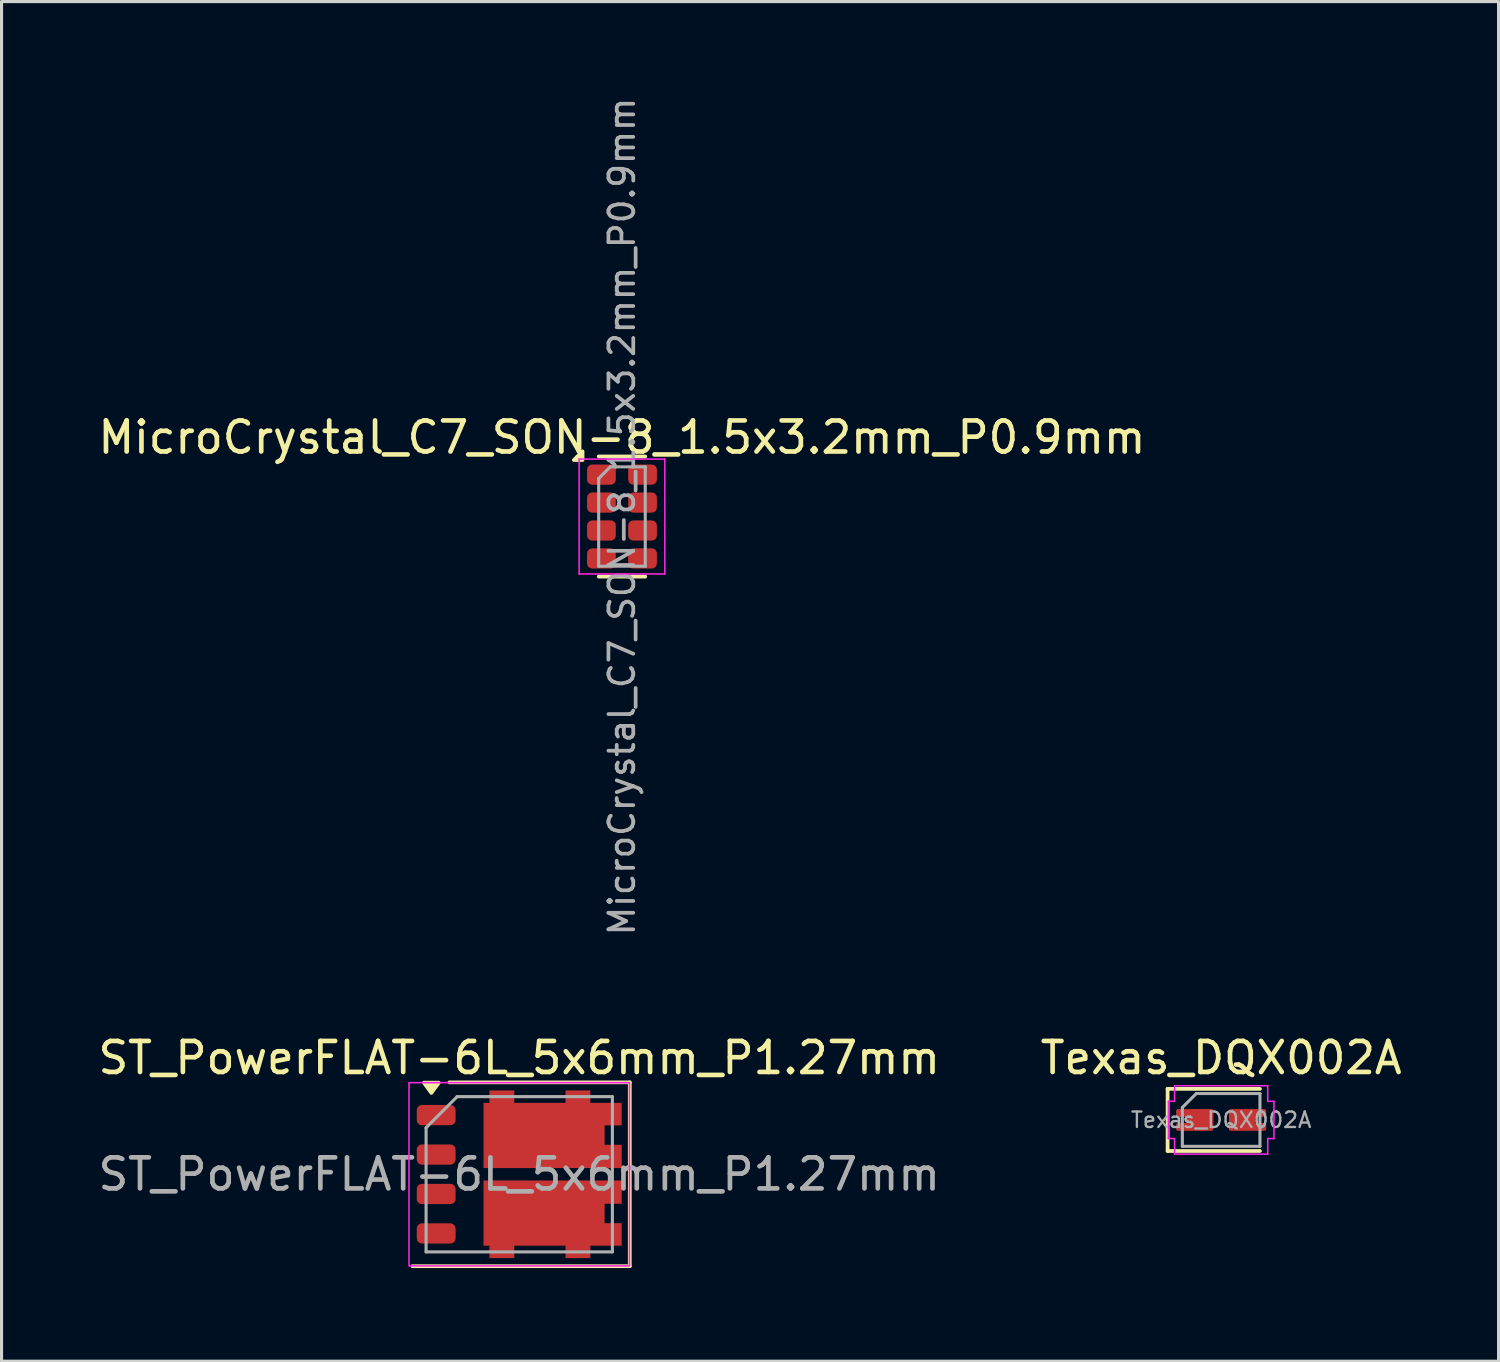
<source format=kicad_pcb>
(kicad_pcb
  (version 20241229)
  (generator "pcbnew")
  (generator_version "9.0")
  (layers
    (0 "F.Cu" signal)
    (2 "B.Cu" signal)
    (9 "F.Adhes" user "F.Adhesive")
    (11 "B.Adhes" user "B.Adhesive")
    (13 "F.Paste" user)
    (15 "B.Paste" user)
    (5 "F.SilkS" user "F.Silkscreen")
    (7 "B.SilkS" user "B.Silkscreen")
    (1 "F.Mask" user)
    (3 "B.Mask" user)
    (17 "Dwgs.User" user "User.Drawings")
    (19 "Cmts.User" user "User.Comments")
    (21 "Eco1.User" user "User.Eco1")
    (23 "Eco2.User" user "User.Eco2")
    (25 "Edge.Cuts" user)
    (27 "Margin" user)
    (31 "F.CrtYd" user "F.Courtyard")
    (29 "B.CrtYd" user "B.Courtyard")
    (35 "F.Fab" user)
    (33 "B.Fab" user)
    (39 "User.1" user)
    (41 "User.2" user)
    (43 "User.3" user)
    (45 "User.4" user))
  (footprint "ST_PowerFLAT-6L_5x6mm_P1.27mm"
    (layer "F.Cu")
    (at 13.673 34.77)
    (property "Reference" "ST_PowerFLAT-6L_5x6mm_P1.27mm" (at 0 -3.75 0) (unlocked yes) (layer "F.SilkS") (effects (font (size 1 1) (thickness 0.15))))
    (attr smd)
    (fp_line (start -2.25 -2.96) (end 3.56 -2.96) (stroke (width 0.12) (type default)) (layer "F.SilkS"))
    (fp_line (start 3.56 -2.96) (end 3.56 2.96) (stroke (width 0.12) (type default)) (layer "F.SilkS"))
    (fp_line (start 3.56 2.96) (end -3.44 2.96) (stroke (width 0.12) (type default)) (layer "F.SilkS"))
    (fp_poly (pts (xy -2.83 -2.62) (xy -3.07 -2.95) (xy -2.59 -2.95) (xy -2.83 -2.62)) (stroke (width 0.12) (type solid)) (fill yes) (layer "F.SilkS"))
    (fp_rect (start 3.55 -2.95) (end -3.55 2.95) (stroke (width 0.05) (type default)) (fill no) (layer "F.CrtYd"))
    (fp_line (start -3 -1.5) (end -3 2.5) (stroke (width 0.1) (type default)) (layer "F.Fab"))
    (fp_line (start -3 2.5) (end 3 2.5) (stroke (width 0.1) (type default)) (layer "F.Fab"))
    (fp_line (start -2 -2.5) (end -3 -1.5) (stroke (width 0.1) (type default)) (layer "F.Fab"))
    (fp_line (start 3 -2.5) (end -2 -2.5) (stroke (width 0.1) (type default)) (layer "F.Fab"))
    (fp_line (start 3 2.5) (end 3 -2.5) (stroke (width 0.1) (type default)) (layer "F.Fab"))
    (fp_text user "${REFERENCE}" (at 0 0 0) (unlocked yes) (layer "F.Fab") (effects (font (size 1 1) (thickness 0.15))))
    (pad "" smd roundrect (at -0.175 -1.25 270) (size 1.68 1.68) (layers "F.Paste") (roundrect_rratio 0.25))
    (pad "" smd roundrect (at -0.175 1.25 270) (size 1.68 1.68) (layers "F.Paste") (roundrect_rratio 0.25))
    (pad "" smd roundrect (at 1.775 -1.25 270) (size 1.68 1.68) (layers "F.Paste") (roundrect_rratio 0.25))
    (pad "" smd roundrect (at 1.775 1.25 270) (size 1.68 1.68) (layers "F.Paste") (roundrect_rratio 0.25))
    (pad "1" smd roundrect (at -2.675 -1.905 270) (size 0.65 1.25) (layers "F.Cu" "F.Mask" "F.Paste") (roundrect_rratio 0.25))
    (pad "2" smd roundrect (at -2.675 -0.635 270) (size 0.65 1.25) (layers "F.Cu" "F.Mask" "F.Paste") (roundrect_rratio 0.25))
    (pad "3" smd roundrect (at -2.675 0.635 270) (size 0.65 1.25) (layers "F.Cu" "F.Mask" "F.Paste") (roundrect_rratio 0.25))
    (pad "4" smd roundrect (at -2.675 1.905 270) (size 0.65 1.25) (layers "F.Cu" "F.Mask" "F.Paste") (roundrect_rratio 0.25))
    (pad "5" smd custom (at 0.665 1.25 270) (size 0.5 0.5) (layers "F.Cu" "F.Mask" "B.Paste") (options (anchor rect)) (primitives (gr_poly (pts (xy -0.3 -2.635) (xy -0.3 -2.085) (xy 0.325 -2.085) (xy 0.325 -2.635) (xy 1.05 -2.635) (xy 1.05 -1.625) (xy 1.45 -1.625) (xy 1.45 -0.825) (xy 1.05 -0.825) (xy 1.05 0.825) (xy 1.45 0.825) (xy 1.45 1.625) (xy 1.05 1.625) (xy 1.05 1.815) (xy -1.05 1.815) (xy -1.05 -2.635)) (width 0) (fill yes))))
    (pad "7" smd custom (at 0.665 -1.25 270) (size 0.5 0.5) (layers "F.Cu" "F.Mask") (options (anchor rect)) (primitives (gr_poly (pts (xy 0.3 -2.635) (xy 0.3 -2.085) (xy -0.325 -2.085) (xy -0.325 -2.635) (xy -1.05 -2.635) (xy -1.05 -1.625) (xy -1.45 -1.625) (xy -1.45 -0.825) (xy -1.05 -0.825) (xy -1.05 0.825) (xy -1.45 0.825) (xy -1.45 1.625) (xy -1.05 1.625) (xy -1.05 1.815) (xy 1.05 1.815) (xy 1.05 -2.635)) (width 0) (fill yes)))))
  (footprint "MicroCrystal_C7_SON-8_1.5x3.2mm_P0.9mm"
    (layer "F.Cu")
    (at 16.982 13.586)
    (property "Reference" "MicroCrystal_C7_SON-8_1.5x3.2mm_P0.9mm" (at 0 -2.55 0) (layer "F.SilkS") (effects (font (size 1 1) (thickness 0.15))))
    (attr smd)
    (fp_line (start -0.75 -1.935) (end 0.75 -1.935) (stroke (width 0.12) (type solid)) (layer "F.SilkS"))
    (fp_line (start -0.75 1.935) (end 0.75 1.935) (stroke (width 0.12) (type solid)) (layer "F.SilkS"))
    (fp_poly (pts (xy -1.27 -1.82) (xy -1.55 -1.82) (xy -1.27 -2.1) (xy -1.27 -1.82)) (stroke (width 0.12) (type solid)) (fill yes) (layer "F.SilkS"))
    (fp_line (start -1.38 -1.85) (end -1.38 1.85) (stroke (width 0.05) (type solid)) (layer "F.CrtYd"))
    (fp_line (start -1.38 1.85) (end 1.38 1.85) (stroke (width 0.05) (type solid)) (layer "F.CrtYd"))
    (fp_line (start 1.38 -1.85) (end -1.38 -1.85) (stroke (width 0.05) (type solid)) (layer "F.CrtYd"))
    (fp_line (start 1.38 1.85) (end 1.38 -1.85) (stroke (width 0.05) (type solid)) (layer "F.CrtYd"))
    (fp_line (start -0.75 -1.225) (end -0.375 -1.6) (stroke (width 0.1) (type solid)) (layer "F.Fab"))
    (fp_line (start -0.75 1.6) (end -0.75 -1.225) (stroke (width 0.1) (type solid)) (layer "F.Fab"))
    (fp_line (start -0.375 -1.6) (end 0.75 -1.6) (stroke (width 0.1) (type solid)) (layer "F.Fab"))
    (fp_line (start 0.75 -1.6) (end 0.75 1.6) (stroke (width 0.1) (type solid)) (layer "F.Fab"))
    (fp_line (start 0.75 1.6) (end -0.75 1.6) (stroke (width 0.1) (type solid)) (layer "F.Fab"))
    (fp_text user "${REFERENCE}" (at 0 0 90) (layer "F.Fab") (effects (font (size 0.8 0.8) (thickness 0.12))))
    (pad "1" smd roundrect (at -0.662 -1.35) (size 0.925 0.65) (layers "F.Cu" "F.Mask" "F.Paste") (roundrect_rratio 0.25))
    (pad "2" smd roundrect (at -0.662 -0.45) (size 0.925 0.65) (layers "F.Cu" "F.Mask" "F.Paste") (roundrect_rratio 0.25))
    (pad "3" smd roundrect (at -0.662 0.45) (size 0.925 0.65) (layers "F.Cu" "F.Mask" "F.Paste") (roundrect_rratio 0.25))
    (pad "4" smd roundrect (at -0.662 1.35) (size 0.925 0.65) (layers "F.Cu" "F.Mask" "F.Paste") (roundrect_rratio 0.25))
    (pad "5" smd roundrect (at 0.662 1.35) (size 0.925 0.65) (layers "F.Cu" "F.Mask" "F.Paste") (roundrect_rratio 0.25))
    (pad "6" smd roundrect (at 0.662 0.45) (size 0.925 0.65) (layers "F.Cu" "F.Mask" "F.Paste") (roundrect_rratio 0.25))
    (pad "7" smd roundrect (at 0.662 -0.45) (size 0.925 0.65) (layers "F.Cu" "F.Mask" "F.Paste") (roundrect_rratio 0.25))
    (pad "8" smd roundrect (at 0.662 -1.35) (size 0.925 0.65) (layers "F.Cu" "F.Mask" "F.Paste") (roundrect_rratio 0.25)))
  (footprint "Texas_DQX002A"
    (layer "F.Cu")
    (at 36.28 33.02)
    (property "Reference" "Texas_DQX002A" (at 0 -2 0) (layer "F.SilkS") (effects (font (size 1 1) (thickness 0.15))))
    (attr smd)
    (fp_line (start -1.725 -1) (end 1.25 -1) (stroke (width 0.12) (type default)) (layer "F.SilkS"))
    (fp_line (start -1.725 1) (end -1.725 -1) (stroke (width 0.12) (type default)) (layer "F.SilkS"))
    (fp_line (start 1.25 1) (end -1.725 1) (stroke (width 0.12) (type default)) (layer "F.SilkS"))
    (fp_rect (start -1.4 -0.15) (end -1.05 -0.3) (stroke (width 0.1) (type solid)) (fill yes) (layer "F.Paste"))
    (fp_rect (start -1.4 0.3) (end -1.05 0.15) (stroke (width 0.1) (type solid)) (fill yes) (layer "F.Paste"))
    (fp_rect (start -0.8 0.3) (end -0.3 -0.3) (stroke (width 0.1) (type solid)) (fill yes) (layer "F.Paste"))
    (fp_rect (start 0.3 0.3) (end 0.8 -0.3) (stroke (width 0.1) (type solid)) (fill yes) (layer "F.Paste"))
    (fp_rect (start 1.05 -0.15) (end 1.4 -0.3) (stroke (width 0.1) (type solid)) (fill yes) (layer "F.Paste"))
    (fp_rect (start 1.05 0.3) (end 1.4 0.15) (stroke (width 0.1) (type solid)) (fill yes) (layer "F.Paste"))
    (fp_line (start -1.7 -0.6) (end -1.5 -0.6) (stroke (width 0.05) (type default)) (layer "F.CrtYd"))
    (fp_line (start -1.7 0.05) (end -1.7 -0.6) (stroke (width 0.05) (type default)) (layer "F.CrtYd"))
    (fp_line (start -1.7 0.6) (end -1.7 0.05) (stroke (width 0.05) (type default)) (layer "F.CrtYd"))
    (fp_line (start -1.7 0.6) (end -1.5 0.6) (stroke (width 0.05) (type default)) (layer "F.CrtYd"))
    (fp_line (start -1.5 -1.1) (end -1.5 -0.6) (stroke (width 0.05) (type default)) (layer "F.CrtYd"))
    (fp_line (start -1.5 -1.1) (end 1.5 -1.1) (stroke (width 0.05) (type default)) (layer "F.CrtYd"))
    (fp_line (start -1.5 0.6) (end -1.5 1.1) (stroke (width 0.05) (type default)) (layer "F.CrtYd"))
    (fp_line (start 1.5 -1.1) (end 1.5 -0.6) (stroke (width 0.05) (type default)) (layer "F.CrtYd"))
    (fp_line (start 1.5 -0.6) (end 1.7 -0.6) (stroke (width 0.05) (type default)) (layer "F.CrtYd"))
    (fp_line (start 1.5 0.6) (end 1.5 1.1) (stroke (width 0.05) (type default)) (layer "F.CrtYd"))
    (fp_line (start 1.5 0.6) (end 1.7 0.6) (stroke (width 0.05) (type default)) (layer "F.CrtYd"))
    (fp_line (start 1.5 1.1) (end -1.5 1.1) (stroke (width 0.05) (type default)) (layer "F.CrtYd"))
    (fp_line (start 1.7 -0.6) (end 1.7 0.6) (stroke (width 0.05) (type default)) (layer "F.CrtYd"))
    (fp_line (start -1.25 -0.4) (end -0.8 -0.85) (stroke (width 0.1) (type default)) (layer "F.Fab"))
    (fp_line (start -1.25 0.85) (end -1.25 -0.4) (stroke (width 0.1) (type default)) (layer "F.Fab"))
    (fp_line (start -0.8 -0.85) (end 1.25 -0.85) (stroke (width 0.1) (type default)) (layer "F.Fab"))
    (fp_line (start 1.25 -0.85) (end 1.25 0.85) (stroke (width 0.1) (type default)) (layer "F.Fab"))
    (fp_line (start 1.25 0.85) (end -1.25 0.85) (stroke (width 0.1) (type default)) (layer "F.Fab"))
    (fp_text user "${REFERENCE}" (at 0 0 0) (layer "F.Fab") (effects (font (size 0.5 0.5) (thickness 0.075))))
    (pad "1" smd custom (at -0.85 0 90) (size 0.001 0.001) (layers "F.Cu" "F.Mask") (options (anchor rect)) (primitives (gr_poly (pts (xy -0.3 0.55) (xy 0.3 0.55) (xy 0.3 -0.55) (xy 0.15 -0.55) (xy 0.15 -0.2) (xy -0.15 -0.2) (xy -0.15 -0.55) (xy -0.3 -0.55)) (width 0.1) (fill yes))))
    (pad "2" smd custom (at 0.85 0 270) (size 0.001 0.001) (layers "F.Cu" "F.Mask") (options (anchor rect)) (primitives (gr_poly (pts (xy -0.3 0.55) (xy 0.3 0.55) (xy 0.3 -0.55) (xy 0.15 -0.55) (xy 0.15 -0.2) (xy -0.15 -0.2) (xy -0.15 -0.55) (xy -0.3 -0.55)) (width 0.1) (fill yes)))))
  (gr_rect
    (start -3 -3)
    (end 45.214 40.79)
    (stroke (width 0.1) (type default))
    (fill no)
    (layer "Edge.Cuts")))
</source>
